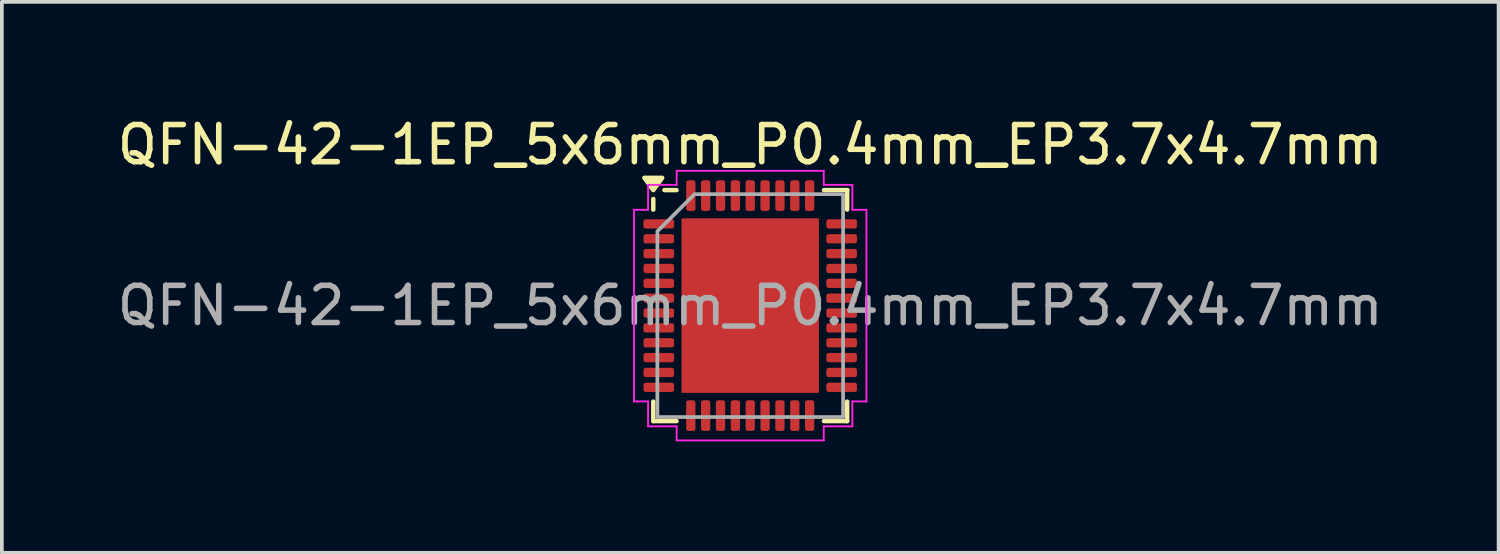
<source format=kicad_pcb>
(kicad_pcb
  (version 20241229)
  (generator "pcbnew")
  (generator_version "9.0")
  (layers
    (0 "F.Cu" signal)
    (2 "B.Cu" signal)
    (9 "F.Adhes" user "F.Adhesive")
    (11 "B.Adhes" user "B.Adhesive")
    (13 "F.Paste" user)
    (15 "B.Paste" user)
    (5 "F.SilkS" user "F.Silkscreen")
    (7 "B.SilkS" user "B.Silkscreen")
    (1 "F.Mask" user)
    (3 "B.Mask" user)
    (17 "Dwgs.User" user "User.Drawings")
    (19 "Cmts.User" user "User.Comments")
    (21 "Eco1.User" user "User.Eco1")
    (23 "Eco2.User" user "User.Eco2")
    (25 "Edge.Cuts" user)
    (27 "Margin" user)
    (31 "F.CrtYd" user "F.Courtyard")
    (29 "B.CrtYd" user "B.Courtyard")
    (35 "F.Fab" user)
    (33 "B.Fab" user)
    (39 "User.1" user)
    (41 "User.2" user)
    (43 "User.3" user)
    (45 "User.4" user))
  (footprint "QFN-42-1EP_5x6mm_P0.4mm_EP3.7x4.7mm"
    (layer "F.Cu")
    (at 17.149 5.178)
    (property "Reference" "QFN-42-1EP_5x6mm_P0.4mm_EP3.7x4.7mm" (at 0 -4.33 0) (layer "F.SilkS") (effects (font (size 1 1) (thickness 0.15))))
    (attr smd)
    (fp_line (start -2.61 -2.585) (end -2.61 -2.87) (stroke (width 0.12) (type solid)) (layer "F.SilkS"))
    (fp_line (start -2.61 3.11) (end -2.61 2.585) (stroke (width 0.12) (type solid)) (layer "F.SilkS"))
    (fp_line (start -1.985 -3.11) (end -2.31 -3.11) (stroke (width 0.12) (type solid)) (layer "F.SilkS"))
    (fp_line (start -1.985 3.11) (end -2.61 3.11) (stroke (width 0.12) (type solid)) (layer "F.SilkS"))
    (fp_line (start 1.985 -3.11) (end 2.61 -3.11) (stroke (width 0.12) (type solid)) (layer "F.SilkS"))
    (fp_line (start 1.985 3.11) (end 2.61 3.11) (stroke (width 0.12) (type solid)) (layer "F.SilkS"))
    (fp_line (start 2.61 -3.11) (end 2.61 -2.585) (stroke (width 0.12) (type solid)) (layer "F.SilkS"))
    (fp_line (start 2.61 3.11) (end 2.61 2.585) (stroke (width 0.12) (type solid)) (layer "F.SilkS"))
    (fp_poly (pts (xy -2.61 -3.11) (xy -2.85 -3.44) (xy -2.37 -3.44)) (stroke (width 0.12) (type solid)) (fill yes) (layer "F.SilkS"))
    (fp_line (start -3.13 -2.58) (end -2.75 -2.58) (stroke (width 0.05) (type solid)) (layer "F.CrtYd"))
    (fp_line (start -3.13 2.58) (end -3.13 -2.58) (stroke (width 0.05) (type solid)) (layer "F.CrtYd"))
    (fp_line (start -2.75 -3.25) (end -1.98 -3.25) (stroke (width 0.05) (type solid)) (layer "F.CrtYd"))
    (fp_line (start -2.75 -2.58) (end -2.75 -3.25) (stroke (width 0.05) (type solid)) (layer "F.CrtYd"))
    (fp_line (start -2.75 2.58) (end -3.13 2.58) (stroke (width 0.05) (type solid)) (layer "F.CrtYd"))
    (fp_line (start -2.75 3.25) (end -2.75 2.58) (stroke (width 0.05) (type solid)) (layer "F.CrtYd"))
    (fp_line (start -1.98 -3.63) (end 1.98 -3.63) (stroke (width 0.05) (type solid)) (layer "F.CrtYd"))
    (fp_line (start -1.98 -3.25) (end -1.98 -3.63) (stroke (width 0.05) (type solid)) (layer "F.CrtYd"))
    (fp_line (start -1.98 3.25) (end -2.75 3.25) (stroke (width 0.05) (type solid)) (layer "F.CrtYd"))
    (fp_line (start -1.98 3.63) (end -1.98 3.25) (stroke (width 0.05) (type solid)) (layer "F.CrtYd"))
    (fp_line (start 1.98 -3.63) (end 1.98 -3.25) (stroke (width 0.05) (type solid)) (layer "F.CrtYd"))
    (fp_line (start 1.98 -3.25) (end 2.75 -3.25) (stroke (width 0.05) (type solid)) (layer "F.CrtYd"))
    (fp_line (start 1.98 3.25) (end 1.98 3.63) (stroke (width 0.05) (type solid)) (layer "F.CrtYd"))
    (fp_line (start 1.98 3.63) (end -1.98 3.63) (stroke (width 0.05) (type solid)) (layer "F.CrtYd"))
    (fp_line (start 2.75 -3.25) (end 2.75 -2.58) (stroke (width 0.05) (type solid)) (layer "F.CrtYd"))
    (fp_line (start 2.75 -2.58) (end 3.13 -2.58) (stroke (width 0.05) (type solid)) (layer "F.CrtYd"))
    (fp_line (start 2.75 2.58) (end 2.75 3.25) (stroke (width 0.05) (type solid)) (layer "F.CrtYd"))
    (fp_line (start 2.75 3.25) (end 1.98 3.25) (stroke (width 0.05) (type solid)) (layer "F.CrtYd"))
    (fp_line (start 3.13 -2.58) (end 3.13 2.58) (stroke (width 0.05) (type solid)) (layer "F.CrtYd"))
    (fp_line (start 3.13 2.58) (end 2.75 2.58) (stroke (width 0.05) (type solid)) (layer "F.CrtYd"))
    (fp_poly (pts (xy -2.5 -2) (xy -2.5 3) (xy 2.5 3) (xy 2.5 -3) (xy -1.5 -3)) (stroke (width 0.1) (type solid)) (fill no) (layer "F.Fab"))
    (fp_text user "${REFERENCE}" (at 0 0 0) (layer "F.Fab") (effects (font (size 1 1) (thickness 0.15))))
    (pad "" smd roundrect (at -1.23 -1.77) (size 0.99 0.95) (layers "F.Paste") (roundrect_rratio 0.25))
    (pad "" smd roundrect (at -1.23 -0.59) (size 0.99 0.95) (layers "F.Paste") (roundrect_rratio 0.25))
    (pad "" smd roundrect (at -1.23 0.59) (size 0.99 0.95) (layers "F.Paste") (roundrect_rratio 0.25))
    (pad "" smd roundrect (at -1.23 1.77) (size 0.99 0.95) (layers "F.Paste") (roundrect_rratio 0.25))
    (pad "" smd roundrect (at 0 -1.77) (size 0.99 0.95) (layers "F.Paste") (roundrect_rratio 0.25))
    (pad "" smd roundrect (at 0 -0.59) (size 0.99 0.95) (layers "F.Paste") (roundrect_rratio 0.25))
    (pad "" smd roundrect (at 0 0.59) (size 0.99 0.95) (layers "F.Paste") (roundrect_rratio 0.25))
    (pad "" smd roundrect (at 0 1.77) (size 0.99 0.95) (layers "F.Paste") (roundrect_rratio 0.25))
    (pad "" smd roundrect (at 1.23 -1.77) (size 0.99 0.95) (layers "F.Paste") (roundrect_rratio 0.25))
    (pad "" smd roundrect (at 1.23 -0.59) (size 0.99 0.95) (layers "F.Paste") (roundrect_rratio 0.25))
    (pad "" smd roundrect (at 1.23 0.59) (size 0.99 0.95) (layers "F.Paste") (roundrect_rratio 0.25))
    (pad "" smd roundrect (at 1.23 1.77) (size 0.99 0.95) (layers "F.Paste") (roundrect_rratio 0.25))
    (pad "1" smd roundrect (at -2.462 -2.2) (size 0.825 0.25) (layers "F.Cu" "F.Mask" "F.Paste") (roundrect_rratio 0.25))
    (pad "2" smd roundrect (at -2.462 -1.8) (size 0.825 0.25) (layers "F.Cu" "F.Mask" "F.Paste") (roundrect_rratio 0.25))
    (pad "3" smd roundrect (at -2.462 -1.4) (size 0.825 0.25) (layers "F.Cu" "F.Mask" "F.Paste") (roundrect_rratio 0.25))
    (pad "4" smd roundrect (at -2.462 -1) (size 0.825 0.25) (layers "F.Cu" "F.Mask" "F.Paste") (roundrect_rratio 0.25))
    (pad "5" smd roundrect (at -2.462 -0.6) (size 0.825 0.25) (layers "F.Cu" "F.Mask" "F.Paste") (roundrect_rratio 0.25))
    (pad "6" smd roundrect (at -2.462 -0.2) (size 0.825 0.25) (layers "F.Cu" "F.Mask" "F.Paste") (roundrect_rratio 0.25))
    (pad "7" smd roundrect (at -2.462 0.2) (size 0.825 0.25) (layers "F.Cu" "F.Mask" "F.Paste") (roundrect_rratio 0.25))
    (pad "8" smd roundrect (at -2.462 0.6) (size 0.825 0.25) (layers "F.Cu" "F.Mask" "F.Paste") (roundrect_rratio 0.25))
    (pad "9" smd roundrect (at -2.462 1) (size 0.825 0.25) (layers "F.Cu" "F.Mask" "F.Paste") (roundrect_rratio 0.25))
    (pad "10" smd roundrect (at -2.462 1.4) (size 0.825 0.25) (layers "F.Cu" "F.Mask" "F.Paste") (roundrect_rratio 0.25))
    (pad "11" smd roundrect (at -2.462 1.8) (size 0.825 0.25) (layers "F.Cu" "F.Mask" "F.Paste") (roundrect_rratio 0.25))
    (pad "12" smd roundrect (at -2.462 2.2) (size 0.825 0.25) (layers "F.Cu" "F.Mask" "F.Paste") (roundrect_rratio 0.25))
    (pad "13" smd roundrect (at -1.6 2.962) (size 0.25 0.825) (layers "F.Cu" "F.Mask" "F.Paste") (roundrect_rratio 0.25))
    (pad "14" smd roundrect (at -1.2 2.962) (size 0.25 0.825) (layers "F.Cu" "F.Mask" "F.Paste") (roundrect_rratio 0.25))
    (pad "15" smd roundrect (at -0.8 2.962) (size 0.25 0.825) (layers "F.Cu" "F.Mask" "F.Paste") (roundrect_rratio 0.25))
    (pad "16" smd roundrect (at -0.4 2.962) (size 0.25 0.825) (layers "F.Cu" "F.Mask" "F.Paste") (roundrect_rratio 0.25))
    (pad "17" smd roundrect (at 0 2.962) (size 0.25 0.825) (layers "F.Cu" "F.Mask" "F.Paste") (roundrect_rratio 0.25))
    (pad "18" smd roundrect (at 0.4 2.962) (size 0.25 0.825) (layers "F.Cu" "F.Mask" "F.Paste") (roundrect_rratio 0.25))
    (pad "19" smd roundrect (at 0.8 2.962) (size 0.25 0.825) (layers "F.Cu" "F.Mask" "F.Paste") (roundrect_rratio 0.25))
    (pad "20" smd roundrect (at 1.2 2.962) (size 0.25 0.825) (layers "F.Cu" "F.Mask" "F.Paste") (roundrect_rratio 0.25))
    (pad "21" smd roundrect (at 1.6 2.962) (size 0.25 0.825) (layers "F.Cu" "F.Mask" "F.Paste") (roundrect_rratio 0.25))
    (pad "22" smd roundrect (at 2.462 2.2) (size 0.825 0.25) (layers "F.Cu" "F.Mask" "F.Paste") (roundrect_rratio 0.25))
    (pad "23" smd roundrect (at 2.462 1.8) (size 0.825 0.25) (layers "F.Cu" "F.Mask" "F.Paste") (roundrect_rratio 0.25))
    (pad "24" smd roundrect (at 2.462 1.4) (size 0.825 0.25) (layers "F.Cu" "F.Mask" "F.Paste") (roundrect_rratio 0.25))
    (pad "25" smd roundrect (at 2.462 1) (size 0.825 0.25) (layers "F.Cu" "F.Mask" "F.Paste") (roundrect_rratio 0.25))
    (pad "26" smd roundrect (at 2.462 0.6) (size 0.825 0.25) (layers "F.Cu" "F.Mask" "F.Paste") (roundrect_rratio 0.25))
    (pad "27" smd roundrect (at 2.462 0.2) (size 0.825 0.25) (layers "F.Cu" "F.Mask" "F.Paste") (roundrect_rratio 0.25))
    (pad "28" smd roundrect (at 2.462 -0.2) (size 0.825 0.25) (layers "F.Cu" "F.Mask" "F.Paste") (roundrect_rratio 0.25))
    (pad "29" smd roundrect (at 2.462 -0.6) (size 0.825 0.25) (layers "F.Cu" "F.Mask" "F.Paste") (roundrect_rratio 0.25))
    (pad "30" smd roundrect (at 2.462 -1) (size 0.825 0.25) (layers "F.Cu" "F.Mask" "F.Paste") (roundrect_rratio 0.25))
    (pad "31" smd roundrect (at 2.462 -1.4) (size 0.825 0.25) (layers "F.Cu" "F.Mask" "F.Paste") (roundrect_rratio 0.25))
    (pad "32" smd roundrect (at 2.462 -1.8) (size 0.825 0.25) (layers "F.Cu" "F.Mask" "F.Paste") (roundrect_rratio 0.25))
    (pad "33" smd roundrect (at 2.462 -2.2) (size 0.825 0.25) (layers "F.Cu" "F.Mask" "F.Paste") (roundrect_rratio 0.25))
    (pad "34" smd roundrect (at 1.6 -2.962) (size 0.25 0.825) (layers "F.Cu" "F.Mask" "F.Paste") (roundrect_rratio 0.25))
    (pad "35" smd roundrect (at 1.2 -2.962) (size 0.25 0.825) (layers "F.Cu" "F.Mask" "F.Paste") (roundrect_rratio 0.25))
    (pad "36" smd roundrect (at 0.8 -2.962) (size 0.25 0.825) (layers "F.Cu" "F.Mask" "F.Paste") (roundrect_rratio 0.25))
    (pad "37" smd roundrect (at 0.4 -2.962) (size 0.25 0.825) (layers "F.Cu" "F.Mask" "F.Paste") (roundrect_rratio 0.25))
    (pad "38" smd roundrect (at 0 -2.962) (size 0.25 0.825) (layers "F.Cu" "F.Mask" "F.Paste") (roundrect_rratio 0.25))
    (pad "39" smd roundrect (at -0.4 -2.962) (size 0.25 0.825) (layers "F.Cu" "F.Mask" "F.Paste") (roundrect_rratio 0.25))
    (pad "40" smd roundrect (at -0.8 -2.962) (size 0.25 0.825) (layers "F.Cu" "F.Mask" "F.Paste") (roundrect_rratio 0.25))
    (pad "41" smd roundrect (at -1.2 -2.962) (size 0.25 0.825) (layers "F.Cu" "F.Mask" "F.Paste") (roundrect_rratio 0.25))
    (pad "42" smd roundrect (at -1.6 -2.962) (size 0.25 0.825) (layers "F.Cu" "F.Mask" "F.Paste") (roundrect_rratio 0.25))
    (pad "43" smd rect (at 0 0) (size 3.7 4.7) (property pad_prop_heatsink) (layers "F.Cu" "F.Mask")))
  (gr_rect
    (start -3 -3)
    (end 37.298 11.833)
    (stroke (width 0.1) (type default))
    (fill no)
    (layer "Edge.Cuts")))
</source>
